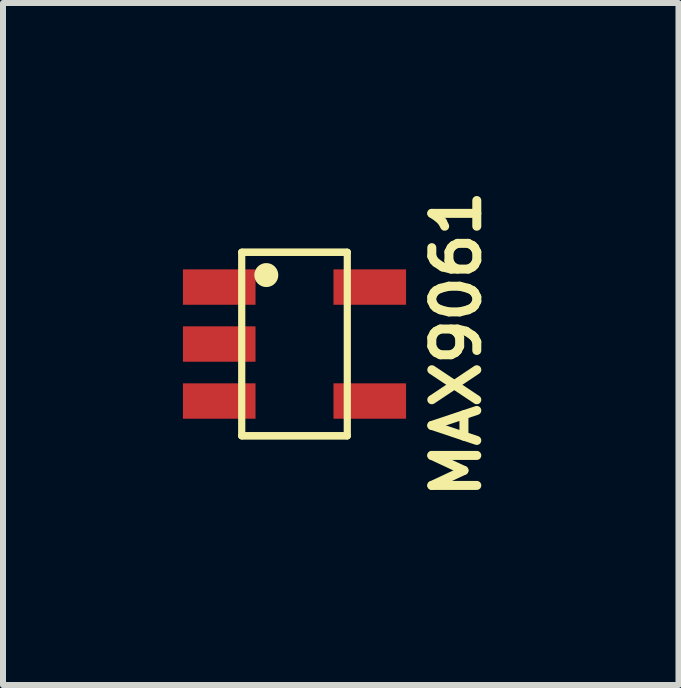
<source format=kicad_pcb>
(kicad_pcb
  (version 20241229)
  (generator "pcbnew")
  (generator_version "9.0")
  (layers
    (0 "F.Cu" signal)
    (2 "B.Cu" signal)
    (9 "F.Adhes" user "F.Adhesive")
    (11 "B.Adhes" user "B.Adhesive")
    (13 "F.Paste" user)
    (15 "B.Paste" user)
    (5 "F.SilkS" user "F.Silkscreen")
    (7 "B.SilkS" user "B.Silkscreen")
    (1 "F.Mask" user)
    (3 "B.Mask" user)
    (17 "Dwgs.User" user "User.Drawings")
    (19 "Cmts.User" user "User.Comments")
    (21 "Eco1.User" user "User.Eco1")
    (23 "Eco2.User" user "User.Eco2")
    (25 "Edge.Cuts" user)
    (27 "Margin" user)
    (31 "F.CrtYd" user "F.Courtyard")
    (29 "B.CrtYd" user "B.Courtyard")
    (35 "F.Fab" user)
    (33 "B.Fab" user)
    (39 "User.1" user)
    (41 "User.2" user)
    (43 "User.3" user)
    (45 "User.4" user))
  (footprint "MAX9061"
    (layer "F.Cu")
    (at 1.86 2.686)
    (property "Reference" "MAX9061" (at 2.7 0 90) (layer "F.SilkS") (effects (font (size 0.75 0.75) (thickness 0.15))))
    (attr smd)
    (fp_line (start -0.88 -1.53) (end 0.88 -1.53) (stroke (width 0.12) (type solid)) (layer "F.SilkS"))
    (fp_line (start -0.88 1.53) (end -0.88 -1.53) (stroke (width 0.12) (type solid)) (layer "F.SilkS"))
    (fp_line (start -0.88 1.53) (end 0.88 1.53) (stroke (width 0.12) (type solid)) (layer "F.SilkS"))
    (fp_line (start -0.875 -1.53) (end 0.875 -1.53) (stroke (width 0.12) (type solid)) (layer "F.SilkS"))
    (fp_line (start -0.875 1.53) (end 0.875 1.53) (stroke (width 0.12) (type solid)) (layer "F.SilkS"))
    (fp_line (start 0.88 -1.53) (end 0.88 1.53) (stroke (width 0.12) (type solid)) (layer "F.SilkS"))
    (fp_circle (center -0.47 -1.15) (end -0.37 -1.15) (stroke (width 0.2) (type solid)) (fill no) (layer "F.SilkS"))
    (pad "1" smd rect (at -1.255 -0.95 180) (size 1.21 0.59) (layers "F.Cu" "F.Mask" "F.Paste"))
    (pad "2" smd rect (at -1.255 0 180) (size 1.21 0.59) (layers "F.Cu" "F.Mask" "F.Paste"))
    (pad "3" smd rect (at -1.255 0.95 180) (size 1.21 0.59) (layers "F.Cu" "F.Mask" "F.Paste"))
    (pad "4" smd rect (at 1.255 0.95) (size 1.21 0.59) (layers "F.Cu" "F.Mask" "F.Paste"))
    (pad "5" smd rect (at 1.255 -0.95) (size 1.21 0.59) (layers "F.Cu" "F.Mask" "F.Paste")))
  (gr_rect
    (start -3 -3)
    (end 8.262 8.371)
    (stroke (width 0.1) (type default))
    (fill no)
    (layer "Edge.Cuts")))
</source>
